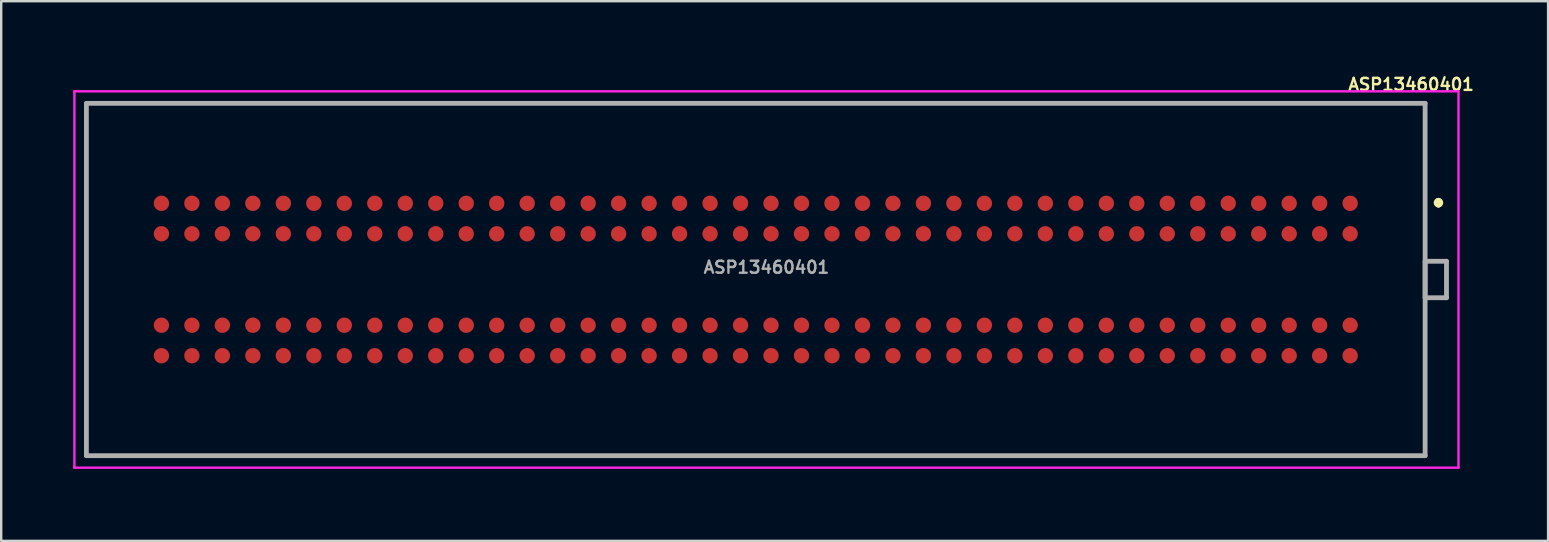
<source format=kicad_pcb>
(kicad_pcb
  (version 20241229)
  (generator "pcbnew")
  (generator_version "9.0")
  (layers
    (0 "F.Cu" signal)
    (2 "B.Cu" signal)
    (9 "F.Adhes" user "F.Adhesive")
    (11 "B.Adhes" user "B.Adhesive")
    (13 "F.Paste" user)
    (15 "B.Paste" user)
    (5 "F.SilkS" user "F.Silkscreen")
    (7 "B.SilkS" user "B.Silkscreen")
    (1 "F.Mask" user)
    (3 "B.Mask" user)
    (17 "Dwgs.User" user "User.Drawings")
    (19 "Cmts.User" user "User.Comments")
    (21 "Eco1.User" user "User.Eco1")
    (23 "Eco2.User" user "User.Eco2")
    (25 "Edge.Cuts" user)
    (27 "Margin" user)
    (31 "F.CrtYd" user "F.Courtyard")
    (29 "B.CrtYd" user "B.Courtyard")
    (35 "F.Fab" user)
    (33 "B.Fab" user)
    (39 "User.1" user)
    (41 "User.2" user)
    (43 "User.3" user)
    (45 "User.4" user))
  (footprint "ASP13460401"
    (layer "F.Cu")
    (at 28.441 8.596)
    (property "Reference" "ASP13460401" (at 27.305 -8.128 0) (layer "F.SilkS") (effects (font (size 0.5 0.5) (thickness 0.1))))
    (attr smd)
    (fp_line (start -27.891 -7.34) (end 27.889 -7.34) (stroke (width 0.1) (type solid)) (layer "F.SilkS"))
    (fp_line (start -27.891 2) (end -27.891 -7.34) (stroke (width 0.1) (type solid)) (layer "F.SilkS"))
    (fp_line (start -27.891 4) (end -27.891 7.34) (stroke (width 0.1) (type solid)) (layer "F.SilkS"))
    (fp_line (start -27.891 7.34) (end 27.889 7.34) (stroke (width 0.1) (type solid)) (layer "F.SilkS"))
    (fp_line (start 27.889 -7.34) (end 27.889 -1.5) (stroke (width 0.1) (type solid)) (layer "F.SilkS"))
    (fp_line (start 27.889 7.34) (end 27.889 1.5) (stroke (width 0.1) (type solid)) (layer "F.SilkS"))
    (fp_line (start 28.444 -3.3) (end 28.444 -3.3) (stroke (width 0.2) (type solid)) (layer "F.SilkS"))
    (fp_line (start 28.444 -3.1) (end 28.444 -3.1) (stroke (width 0.2) (type solid)) (layer "F.SilkS"))
    (fp_arc (start 28.444 -3.3) (mid 28.544 -3.2) (end 28.444 -3.1) (stroke (width 0.2) (type solid)) (layer "F.SilkS"))
    (fp_arc (start 28.444 -3.1) (mid 28.344 -3.2) (end 28.444 -3.3) (stroke (width 0.2) (type solid)) (layer "F.SilkS"))
    (fp_line (start -28.391 -7.84) (end 29.279 -7.84) (stroke (width 0.1) (type solid)) (layer "F.CrtYd"))
    (fp_line (start -28.391 7.84) (end -28.391 -7.84) (stroke (width 0.1) (type solid)) (layer "F.CrtYd"))
    (fp_line (start 29.279 -7.84) (end 29.279 7.84) (stroke (width 0.1) (type solid)) (layer "F.CrtYd"))
    (fp_line (start 29.279 7.84) (end -28.391 7.84) (stroke (width 0.1) (type solid)) (layer "F.CrtYd"))
    (fp_line (start -27.891 -7.34) (end 27.889 -7.34) (stroke (width 0.2) (type solid)) (layer "F.Fab"))
    (fp_line (start -27.891 7.34) (end -27.891 -7.34) (stroke (width 0.2) (type solid)) (layer "F.Fab"))
    (fp_line (start 27.889 -7.34) (end 27.889 7.34) (stroke (width 0.2) (type solid)) (layer "F.Fab"))
    (fp_line (start 27.889 -0.76) (end 28.779 -0.76) (stroke (width 0.2) (type solid)) (layer "F.Fab"))
    (fp_line (start 27.889 0.76) (end 27.889 -0.76) (stroke (width 0.2) (type solid)) (layer "F.Fab"))
    (fp_line (start 27.889 7.34) (end -27.891 7.34) (stroke (width 0.2) (type solid)) (layer "F.Fab"))
    (fp_line (start 28.779 -0.76) (end 28.779 0.76) (stroke (width 0.2) (type solid)) (layer "F.Fab"))
    (fp_line (start 28.779 0.76) (end 27.889 0.76) (stroke (width 0.2) (type solid)) (layer "F.Fab"))
    (fp_text user "${REFERENCE}" (at 0.444 -0.508 0) (layer "F.Fab") (effects (font (size 0.5 0.5) (thickness 0.1))))
    (pad "" np_thru_hole circle (at -27.191 3.05) (size 0.001 0.001) (drill 1.27) (layers "*.Cu" "*.Mask"))
    (pad "" smd circle (at -24.765 -3.175) (size 0.89 0.89) (layers "F.Paste"))
    (pad "" smd circle (at -24.765 -1.905) (size 0.89 0.89) (layers "F.Paste"))
    (pad "" smd circle (at -24.765 1.905) (size 0.89 0.89) (layers "F.Paste"))
    (pad "" smd circle (at -24.765 3.175) (size 0.89 0.89) (layers "F.Paste"))
    (pad "" smd circle (at -23.495 -3.175) (size 0.89 0.89) (layers "F.Paste"))
    (pad "" smd circle (at -23.495 -1.905) (size 0.89 0.89) (layers "F.Paste"))
    (pad "" smd circle (at -23.495 1.905) (size 0.89 0.89) (layers "F.Paste"))
    (pad "" smd circle (at -23.495 3.175) (size 0.89 0.89) (layers "F.Paste"))
    (pad "" smd circle (at -22.225 -3.175) (size 0.89 0.89) (layers "F.Paste"))
    (pad "" smd circle (at -22.225 -1.905) (size 0.89 0.89) (layers "F.Paste"))
    (pad "" smd circle (at -22.225 1.905) (size 0.89 0.89) (layers "F.Paste"))
    (pad "" smd circle (at -22.225 3.175) (size 0.89 0.89) (layers "F.Paste"))
    (pad "" smd circle (at -20.955 -3.175) (size 0.89 0.89) (layers "F.Paste"))
    (pad "" smd circle (at -20.955 -1.905) (size 0.89 0.89) (layers "F.Paste"))
    (pad "" smd circle (at -20.955 1.905) (size 0.89 0.89) (layers "F.Paste"))
    (pad "" smd circle (at -20.955 3.175) (size 0.89 0.89) (layers "F.Paste"))
    (pad "" smd circle (at -19.685 -3.175) (size 0.89 0.89) (layers "F.Paste"))
    (pad "" smd circle (at -19.685 -1.905) (size 0.89 0.89) (layers "F.Paste"))
    (pad "" smd circle (at -19.685 1.905) (size 0.89 0.89) (layers "F.Paste"))
    (pad "" smd circle (at -19.685 3.175) (size 0.89 0.89) (layers "F.Paste"))
    (pad "" smd circle (at -18.415 -3.175) (size 0.89 0.89) (layers "F.Paste"))
    (pad "" smd circle (at -18.415 -1.905) (size 0.89 0.89) (layers "F.Paste"))
    (pad "" smd circle (at -18.415 1.905) (size 0.89 0.89) (layers "F.Paste"))
    (pad "" smd circle (at -18.415 3.175) (size 0.89 0.89) (layers "F.Paste"))
    (pad "" smd circle (at -17.145 -3.175) (size 0.89 0.89) (layers "F.Paste"))
    (pad "" smd circle (at -17.145 -1.905) (size 0.89 0.89) (layers "F.Paste"))
    (pad "" smd circle (at -17.145 1.905) (size 0.89 0.89) (layers "F.Paste"))
    (pad "" smd circle (at -17.145 3.175) (size 0.89 0.89) (layers "F.Paste"))
    (pad "" smd circle (at -15.875 -3.175) (size 0.89 0.89) (layers "F.Paste"))
    (pad "" smd circle (at -15.875 -1.905) (size 0.89 0.89) (layers "F.Paste"))
    (pad "" smd circle (at -15.875 1.905) (size 0.89 0.89) (layers "F.Paste"))
    (pad "" smd circle (at -15.875 3.175) (size 0.89 0.89) (layers "F.Paste"))
    (pad "" smd circle (at -14.605 -3.175) (size 0.89 0.89) (layers "F.Paste"))
    (pad "" smd circle (at -14.605 -1.905) (size 0.89 0.89) (layers "F.Paste"))
    (pad "" smd circle (at -14.605 1.905) (size 0.89 0.89) (layers "F.Paste"))
    (pad "" smd circle (at -14.605 3.175) (size 0.89 0.89) (layers "F.Paste"))
    (pad "" smd circle (at -13.335 -3.175) (size 0.89 0.89) (layers "F.Paste"))
    (pad "" smd circle (at -13.335 -1.905) (size 0.89 0.89) (layers "F.Paste"))
    (pad "" smd circle (at -13.335 1.905) (size 0.89 0.89) (layers "F.Paste"))
    (pad "" smd circle (at -13.335 3.175) (size 0.89 0.89) (layers "F.Paste"))
    (pad "" smd circle (at -12.065 -3.175) (size 0.89 0.89) (layers "F.Paste"))
    (pad "" smd circle (at -12.065 -1.905) (size 0.89 0.89) (layers "F.Paste"))
    (pad "" smd circle (at -12.065 1.905) (size 0.89 0.89) (layers "F.Paste"))
    (pad "" smd circle (at -12.065 3.175) (size 0.89 0.89) (layers "F.Paste"))
    (pad "" smd circle (at -10.795 -3.175) (size 0.89 0.89) (layers "F.Paste"))
    (pad "" smd circle (at -10.795 -1.905) (size 0.89 0.89) (layers "F.Paste"))
    (pad "" smd circle (at -10.795 1.905) (size 0.89 0.89) (layers "F.Paste"))
    (pad "" smd circle (at -10.795 3.175) (size 0.89 0.89) (layers "F.Paste"))
    (pad "" smd circle (at -9.525 -3.175) (size 0.89 0.89) (layers "F.Paste"))
    (pad "" smd circle (at -9.525 -1.905) (size 0.89 0.89) (layers "F.Paste"))
    (pad "" smd circle (at -9.525 1.905) (size 0.89 0.89) (layers "F.Paste"))
    (pad "" smd circle (at -9.525 3.175) (size 0.89 0.89) (layers "F.Paste"))
    (pad "" smd circle (at -8.255 -3.175) (size 0.89 0.89) (layers "F.Paste"))
    (pad "" smd circle (at -8.255 -1.905) (size 0.89 0.89) (layers "F.Paste"))
    (pad "" smd circle (at -8.255 1.905) (size 0.89 0.89) (layers "F.Paste"))
    (pad "" smd circle (at -8.255 3.175) (size 0.89 0.89) (layers "F.Paste"))
    (pad "" smd circle (at -6.985 -3.175) (size 0.89 0.89) (layers "F.Paste"))
    (pad "" smd circle (at -6.985 -1.905) (size 0.89 0.89) (layers "F.Paste"))
    (pad "" smd circle (at -6.985 1.905) (size 0.89 0.89) (layers "F.Paste"))
    (pad "" smd circle (at -6.985 3.175) (size 0.89 0.89) (layers "F.Paste"))
    (pad "" smd circle (at -5.715 -3.175) (size 0.89 0.89) (layers "F.Paste"))
    (pad "" smd circle (at -5.715 -1.905) (size 0.89 0.89) (layers "F.Paste"))
    (pad "" smd circle (at -5.715 1.905) (size 0.89 0.89) (layers "F.Paste"))
    (pad "" smd circle (at -5.715 3.175) (size 0.89 0.89) (layers "F.Paste"))
    (pad "" smd circle (at -4.445 -3.175) (size 0.89 0.89) (layers "F.Paste"))
    (pad "" smd circle (at -4.445 -1.905) (size 0.89 0.89) (layers "F.Paste"))
    (pad "" smd circle (at -4.445 1.905) (size 0.89 0.89) (layers "F.Paste"))
    (pad "" smd circle (at -4.445 3.175) (size 0.89 0.89) (layers "F.Paste"))
    (pad "" smd circle (at -3.175 -3.175) (size 0.89 0.89) (layers "F.Paste"))
    (pad "" smd circle (at -3.175 -1.905) (size 0.89 0.89) (layers "F.Paste"))
    (pad "" smd circle (at -3.175 1.905) (size 0.89 0.89) (layers "F.Paste"))
    (pad "" smd circle (at -3.175 3.175) (size 0.89 0.89) (layers "F.Paste"))
    (pad "" smd circle (at -1.905 -3.175) (size 0.89 0.89) (layers "F.Paste"))
    (pad "" smd circle (at -1.905 -1.905) (size 0.89 0.89) (layers "F.Paste"))
    (pad "" smd circle (at -1.905 1.905) (size 0.89 0.89) (layers "F.Paste"))
    (pad "" smd circle (at -1.905 3.175) (size 0.89 0.89) (layers "F.Paste"))
    (pad "" smd circle (at -0.635 -3.175) (size 0.89 0.89) (layers "F.Paste"))
    (pad "" smd circle (at -0.635 -1.905) (size 0.89 0.89) (layers "F.Paste"))
    (pad "" smd circle (at -0.635 1.905) (size 0.89 0.89) (layers "F.Paste"))
    (pad "" smd circle (at -0.635 3.175) (size 0.89 0.89) (layers "F.Paste"))
    (pad "" smd circle (at 0.635 -3.175) (size 0.89 0.89) (layers "F.Paste"))
    (pad "" smd circle (at 0.635 -1.905) (size 0.89 0.89) (layers "F.Paste"))
    (pad "" smd circle (at 0.635 1.905) (size 0.89 0.89) (layers "F.Paste"))
    (pad "" smd circle (at 0.635 3.175) (size 0.89 0.89) (layers "F.Paste"))
    (pad "" smd circle (at 1.905 -3.175) (size 0.89 0.89) (layers "F.Paste"))
    (pad "" smd circle (at 1.905 -1.905) (size 0.89 0.89) (layers "F.Paste"))
    (pad "" smd circle (at 1.905 1.905) (size 0.89 0.89) (layers "F.Paste"))
    (pad "" smd circle (at 1.905 3.175) (size 0.89 0.89) (layers "F.Paste"))
    (pad "" smd circle (at 3.175 -3.175) (size 0.89 0.89) (layers "F.Paste"))
    (pad "" smd circle (at 3.175 -1.905) (size 0.89 0.89) (layers "F.Paste"))
    (pad "" smd circle (at 3.175 1.905) (size 0.89 0.89) (layers "F.Paste"))
    (pad "" smd circle (at 3.175 3.175) (size 0.89 0.89) (layers "F.Paste"))
    (pad "" smd circle (at 4.445 -3.175) (size 0.89 0.89) (layers "F.Paste"))
    (pad "" smd circle (at 4.445 -1.905) (size 0.89 0.89) (layers "F.Paste"))
    (pad "" smd circle (at 4.445 1.905) (size 0.89 0.89) (layers "F.Paste"))
    (pad "" smd circle (at 4.445 3.175) (size 0.89 0.89) (layers "F.Paste"))
    (pad "" smd circle (at 5.715 -3.175) (size 0.89 0.89) (layers "F.Paste"))
    (pad "" smd circle (at 5.715 -1.905) (size 0.89 0.89) (layers "F.Paste"))
    (pad "" smd circle (at 5.715 1.905) (size 0.89 0.89) (layers "F.Paste"))
    (pad "" smd circle (at 5.715 3.175) (size 0.89 0.89) (layers "F.Paste"))
    (pad "" smd circle (at 6.985 -3.175) (size 0.89 0.89) (layers "F.Paste"))
    (pad "" smd circle (at 6.985 -1.905) (size 0.89 0.89) (layers "F.Paste"))
    (pad "" smd circle (at 6.985 1.905) (size 0.89 0.89) (layers "F.Paste"))
    (pad "" smd circle (at 6.985 3.175) (size 0.89 0.89) (layers "F.Paste"))
    (pad "" smd circle (at 8.255 -3.175) (size 0.89 0.89) (layers "F.Paste"))
    (pad "" smd circle (at 8.255 -1.905) (size 0.89 0.89) (layers "F.Paste"))
    (pad "" smd circle (at 8.255 1.905) (size 0.89 0.89) (layers "F.Paste"))
    (pad "" smd circle (at 8.255 3.175) (size 0.89 0.89) (layers "F.Paste"))
    (pad "" smd circle (at 9.525 -3.175) (size 0.89 0.89) (layers "F.Paste"))
    (pad "" smd circle (at 9.525 -1.905) (size 0.89 0.89) (layers "F.Paste"))
    (pad "" smd circle (at 9.525 1.905) (size 0.89 0.89) (layers "F.Paste"))
    (pad "" smd circle (at 9.525 3.175) (size 0.89 0.89) (layers "F.Paste"))
    (pad "" smd circle (at 10.795 -3.175) (size 0.89 0.89) (layers "F.Paste"))
    (pad "" smd circle (at 10.795 -1.905) (size 0.89 0.89) (layers "F.Paste"))
    (pad "" smd circle (at 10.795 1.905) (size 0.89 0.89) (layers "F.Paste"))
    (pad "" smd circle (at 10.795 3.175) (size 0.89 0.89) (layers "F.Paste"))
    (pad "" smd circle (at 12.065 -3.175) (size 0.89 0.89) (layers "F.Paste"))
    (pad "" smd circle (at 12.065 -1.905) (size 0.89 0.89) (layers "F.Paste"))
    (pad "" smd circle (at 12.065 1.905) (size 0.89 0.89) (layers "F.Paste"))
    (pad "" smd circle (at 12.065 3.175) (size 0.89 0.89) (layers "F.Paste"))
    (pad "" smd circle (at 13.335 -3.175) (size 0.89 0.89) (layers "F.Paste"))
    (pad "" smd circle (at 13.335 -1.905) (size 0.89 0.89) (layers "F.Paste"))
    (pad "" smd circle (at 13.335 1.905) (size 0.89 0.89) (layers "F.Paste"))
    (pad "" smd circle (at 13.335 3.175) (size 0.89 0.89) (layers "F.Paste"))
    (pad "" smd circle (at 14.605 -3.175) (size 0.89 0.89) (layers "F.Paste"))
    (pad "" smd circle (at 14.605 -1.905) (size 0.89 0.89) (layers "F.Paste"))
    (pad "" smd circle (at 14.605 1.905) (size 0.89 0.89) (layers "F.Paste"))
    (pad "" smd circle (at 14.605 3.175) (size 0.89 0.89) (layers "F.Paste"))
    (pad "" smd circle (at 15.875 -3.175) (size 0.89 0.89) (layers "F.Paste"))
    (pad "" smd circle (at 15.875 -1.905) (size 0.89 0.89) (layers "F.Paste"))
    (pad "" smd circle (at 15.875 1.905) (size 0.89 0.89) (layers "F.Paste"))
    (pad "" smd circle (at 15.875 3.175) (size 0.89 0.89) (layers "F.Paste"))
    (pad "" smd circle (at 17.145 -3.175) (size 0.89 0.89) (layers "F.Paste"))
    (pad "" smd circle (at 17.145 -1.905) (size 0.89 0.89) (layers "F.Paste"))
    (pad "" smd circle (at 17.145 1.905) (size 0.89 0.89) (layers "F.Paste"))
    (pad "" smd circle (at 17.145 3.175) (size 0.89 0.89) (layers "F.Paste"))
    (pad "" smd circle (at 18.415 -3.175) (size 0.89 0.89) (layers "F.Paste"))
    (pad "" smd circle (at 18.415 -1.905) (size 0.89 0.89) (layers "F.Paste"))
    (pad "" smd circle (at 18.415 1.905) (size 0.89 0.89) (layers "F.Paste"))
    (pad "" smd circle (at 18.415 3.175) (size 0.89 0.89) (layers "F.Paste"))
    (pad "" smd circle (at 19.685 -3.175) (size 0.89 0.89) (layers "F.Paste"))
    (pad "" smd circle (at 19.685 -1.905) (size 0.89 0.89) (layers "F.Paste"))
    (pad "" smd circle (at 19.685 1.905) (size 0.89 0.89) (layers "F.Paste"))
    (pad "" smd circle (at 19.685 3.175) (size 0.89 0.89) (layers "F.Paste"))
    (pad "" smd circle (at 20.955 -3.175) (size 0.89 0.89) (layers "F.Paste"))
    (pad "" smd circle (at 20.955 -1.905) (size 0.89 0.89) (layers "F.Paste"))
    (pad "" smd circle (at 20.955 1.905) (size 0.89 0.89) (layers "F.Paste"))
    (pad "" smd circle (at 20.955 3.175) (size 0.89 0.89) (layers "F.Paste"))
    (pad "" smd circle (at 22.225 -3.175) (size 0.89 0.89) (layers "F.Paste"))
    (pad "" smd circle (at 22.225 -1.905) (size 0.89 0.89) (layers "F.Paste"))
    (pad "" smd circle (at 22.225 1.905) (size 0.89 0.89) (layers "F.Paste"))
    (pad "" smd circle (at 22.225 3.175) (size 0.89 0.89) (layers "F.Paste"))
    (pad "" smd circle (at 23.495 -3.175) (size 0.89 0.89) (layers "F.Paste"))
    (pad "" smd circle (at 23.495 -1.905) (size 0.89 0.89) (layers "F.Paste"))
    (pad "" smd circle (at 23.495 1.905) (size 0.89 0.89) (layers "F.Paste"))
    (pad "" smd circle (at 23.495 3.175) (size 0.89 0.89) (layers "F.Paste"))
    (pad "" smd circle (at 24.765 -3.175) (size 0.89 0.89) (layers "F.Paste"))
    (pad "" smd circle (at 24.765 -1.905) (size 0.89 0.89) (layers "F.Paste"))
    (pad "" smd circle (at 24.765 1.905) (size 0.89 0.89) (layers "F.Paste"))
    (pad "" smd circle (at 24.765 3.175) (size 0.89 0.89) (layers "F.Paste"))
    (pad "" np_thru_hole circle (at 27.189 0) (size 0.001 0.001) (drill 1.27) (layers "*.Cu" "*.Mask"))
    (pad "C1" smd circle (at 24.765 -3.175 90) (size 0.64 0.64) (layers "F.Cu" "F.Mask" "F.Paste"))
    (pad "C2" smd circle (at 23.495 -3.175 90) (size 0.64 0.64) (layers "F.Cu" "F.Mask" "F.Paste"))
    (pad "C3" smd circle (at 22.225 -3.175 90) (size 0.64 0.64) (layers "F.Cu" "F.Mask" "F.Paste"))
    (pad "C4" smd circle (at 20.955 -3.175 90) (size 0.64 0.64) (layers "F.Cu" "F.Mask" "F.Paste"))
    (pad "C5" smd circle (at 19.685 -3.175 90) (size 0.64 0.64) (layers "F.Cu" "F.Mask" "F.Paste"))
    (pad "C6" smd circle (at 18.415 -3.175 90) (size 0.64 0.64) (layers "F.Cu" "F.Mask" "F.Paste"))
    (pad "C7" smd circle (at 17.145 -3.175 90) (size 0.64 0.64) (layers "F.Cu" "F.Mask" "F.Paste"))
    (pad "C8" smd circle (at 15.875 -3.175 90) (size 0.64 0.64) (layers "F.Cu" "F.Mask" "F.Paste"))
    (pad "C9" smd circle (at 14.605 -3.175 90) (size 0.64 0.64) (layers "F.Cu" "F.Mask" "F.Paste"))
    (pad "C10" smd circle (at 13.335 -3.175 90) (size 0.64 0.64) (layers "F.Cu" "F.Mask" "F.Paste"))
    (pad "C11" smd circle (at 12.065 -3.175 90) (size 0.64 0.64) (layers "F.Cu" "F.Mask" "F.Paste"))
    (pad "C12" smd circle (at 10.795 -3.175 90) (size 0.64 0.64) (layers "F.Cu" "F.Mask" "F.Paste"))
    (pad "C13" smd circle (at 9.525 -3.175 90) (size 0.64 0.64) (layers "F.Cu" "F.Mask" "F.Paste"))
    (pad "C14" smd circle (at 8.255 -3.175 90) (size 0.64 0.64) (layers "F.Cu" "F.Mask" "F.Paste"))
    (pad "C15" smd circle (at 6.985 -3.175 90) (size 0.64 0.64) (layers "F.Cu" "F.Mask" "F.Paste"))
    (pad "C16" smd circle (at 5.715 -3.175 90) (size 0.64 0.64) (layers "F.Cu" "F.Mask" "F.Paste"))
    (pad "C17" smd circle (at 4.445 -3.175 90) (size 0.64 0.64) (layers "F.Cu" "F.Mask" "F.Paste"))
    (pad "C18" smd circle (at 3.175 -3.175 90) (size 0.64 0.64) (layers "F.Cu" "F.Mask" "F.Paste"))
    (pad "C19" smd circle (at 1.905 -3.175 90) (size 0.64 0.64) (layers "F.Cu" "F.Mask" "F.Paste"))
    (pad "C20" smd circle (at 0.635 -3.175 90) (size 0.64 0.64) (layers "F.Cu" "F.Mask" "F.Paste"))
    (pad "C21" smd circle (at -0.635 -3.175 90) (size 0.64 0.64) (layers "F.Cu" "F.Mask" "F.Paste"))
    (pad "C22" smd circle (at -1.905 -3.175 90) (size 0.64 0.64) (layers "F.Cu" "F.Mask" "F.Paste"))
    (pad "C23" smd circle (at -3.175 -3.175 90) (size 0.64 0.64) (layers "F.Cu" "F.Mask" "F.Paste"))
    (pad "C24" smd circle (at -4.445 -3.175 90) (size 0.64 0.64) (layers "F.Cu" "F.Mask" "F.Paste"))
    (pad "C25" smd circle (at -5.715 -3.175 90) (size 0.64 0.64) (layers "F.Cu" "F.Mask" "F.Paste"))
    (pad "C26" smd circle (at -6.985 -3.175 90) (size 0.64 0.64) (layers "F.Cu" "F.Mask" "F.Paste"))
    (pad "C27" smd circle (at -8.255 -3.175 90) (size 0.64 0.64) (layers "F.Cu" "F.Mask" "F.Paste"))
    (pad "C28" smd circle (at -9.525 -3.175 90) (size 0.64 0.64) (layers "F.Cu" "F.Mask" "F.Paste"))
    (pad "C29" smd circle (at -10.795 -3.175 90) (size 0.64 0.64) (layers "F.Cu" "F.Mask" "F.Paste"))
    (pad "C30" smd circle (at -12.065 -3.175 90) (size 0.64 0.64) (layers "F.Cu" "F.Mask" "F.Paste"))
    (pad "C31" smd circle (at -13.335 -3.175 90) (size 0.64 0.64) (layers "F.Cu" "F.Mask" "F.Paste"))
    (pad "C32" smd circle (at -14.605 -3.175 90) (size 0.64 0.64) (layers "F.Cu" "F.Mask" "F.Paste"))
    (pad "C33" smd circle (at -15.875 -3.175 90) (size 0.64 0.64) (layers "F.Cu" "F.Mask" "F.Paste"))
    (pad "C34" smd circle (at -17.145 -3.175 90) (size 0.64 0.64) (layers "F.Cu" "F.Mask" "F.Paste"))
    (pad "C35" smd circle (at -18.415 -3.175 90) (size 0.64 0.64) (layers "F.Cu" "F.Mask" "F.Paste"))
    (pad "C36" smd circle (at -19.685 -3.175 90) (size 0.64 0.64) (layers "F.Cu" "F.Mask" "F.Paste"))
    (pad "C37" smd circle (at -20.955 -3.175 90) (size 0.64 0.64) (layers "F.Cu" "F.Mask" "F.Paste"))
    (pad "C38" smd circle (at -22.225 -3.175 90) (size 0.64 0.64) (layers "F.Cu" "F.Mask" "F.Paste"))
    (pad "C39" smd circle (at -23.495 -3.175 90) (size 0.64 0.64) (layers "F.Cu" "F.Mask" "F.Paste"))
    (pad "C40" smd circle (at -24.765 -3.175 90) (size 0.64 0.64) (layers "F.Cu" "F.Mask" "F.Paste"))
    (pad "D1" smd circle (at 24.765 -1.905 90) (size 0.64 0.64) (layers "F.Cu" "F.Mask" "F.Paste"))
    (pad "D2" smd circle (at 23.495 -1.905 90) (size 0.64 0.64) (layers "F.Cu" "F.Mask" "F.Paste"))
    (pad "D3" smd circle (at 22.225 -1.905 90) (size 0.64 0.64) (layers "F.Cu" "F.Mask" "F.Paste"))
    (pad "D4" smd circle (at 20.955 -1.905 90) (size 0.64 0.64) (layers "F.Cu" "F.Mask" "F.Paste"))
    (pad "D5" smd circle (at 19.685 -1.905 90) (size 0.64 0.64) (layers "F.Cu" "F.Mask" "F.Paste"))
    (pad "D6" smd circle (at 18.415 -1.905 90) (size 0.64 0.64) (layers "F.Cu" "F.Mask" "F.Paste"))
    (pad "D7" smd circle (at 17.145 -1.905 90) (size 0.64 0.64) (layers "F.Cu" "F.Mask" "F.Paste"))
    (pad "D8" smd circle (at 15.875 -1.905 90) (size 0.64 0.64) (layers "F.Cu" "F.Mask" "F.Paste"))
    (pad "D9" smd circle (at 14.605 -1.905 90) (size 0.64 0.64) (layers "F.Cu" "F.Mask" "F.Paste"))
    (pad "D10" smd circle (at 13.335 -1.905 90) (size 0.64 0.64) (layers "F.Cu" "F.Mask" "F.Paste"))
    (pad "D11" smd circle (at 12.065 -1.905 90) (size 0.64 0.64) (layers "F.Cu" "F.Mask" "F.Paste"))
    (pad "D12" smd circle (at 10.795 -1.905 90) (size 0.64 0.64) (layers "F.Cu" "F.Mask" "F.Paste"))
    (pad "D13" smd circle (at 9.525 -1.905 90) (size 0.64 0.64) (layers "F.Cu" "F.Mask" "F.Paste"))
    (pad "D14" smd circle (at 8.255 -1.905 90) (size 0.64 0.64) (layers "F.Cu" "F.Mask" "F.Paste"))
    (pad "D15" smd circle (at 6.985 -1.905 90) (size 0.64 0.64) (layers "F.Cu" "F.Mask" "F.Paste"))
    (pad "D16" smd circle (at 5.715 -1.905 90) (size 0.64 0.64) (layers "F.Cu" "F.Mask" "F.Paste"))
    (pad "D17" smd circle (at 4.445 -1.905 90) (size 0.64 0.64) (layers "F.Cu" "F.Mask" "F.Paste"))
    (pad "D18" smd circle (at 3.175 -1.905 90) (size 0.64 0.64) (layers "F.Cu" "F.Mask" "F.Paste"))
    (pad "D19" smd circle (at 1.905 -1.905 90) (size 0.64 0.64) (layers "F.Cu" "F.Mask" "F.Paste"))
    (pad "D20" smd circle (at 0.635 -1.905 90) (size 0.64 0.64) (layers "F.Cu" "F.Mask" "F.Paste"))
    (pad "D21" smd circle (at -0.635 -1.905 90) (size 0.64 0.64) (layers "F.Cu" "F.Mask" "F.Paste"))
    (pad "D22" smd circle (at -1.905 -1.905 90) (size 0.64 0.64) (layers "F.Cu" "F.Mask" "F.Paste"))
    (pad "D23" smd circle (at -3.175 -1.905 90) (size 0.64 0.64) (layers "F.Cu" "F.Mask" "F.Paste"))
    (pad "D24" smd circle (at -4.445 -1.905 90) (size 0.64 0.64) (layers "F.Cu" "F.Mask" "F.Paste"))
    (pad "D25" smd circle (at -5.715 -1.905 90) (size 0.64 0.64) (layers "F.Cu" "F.Mask" "F.Paste"))
    (pad "D26" smd circle (at -6.985 -1.905 90) (size 0.64 0.64) (layers "F.Cu" "F.Mask" "F.Paste"))
    (pad "D27" smd circle (at -8.255 -1.905 90) (size 0.64 0.64) (layers "F.Cu" "F.Mask" "F.Paste"))
    (pad "D28" smd circle (at -9.525 -1.905 90) (size 0.64 0.64) (layers "F.Cu" "F.Mask" "F.Paste"))
    (pad "D29" smd circle (at -10.795 -1.905 90) (size 0.64 0.64) (layers "F.Cu" "F.Mask" "F.Paste"))
    (pad "D30" smd circle (at -12.065 -1.905 90) (size 0.64 0.64) (layers "F.Cu" "F.Mask" "F.Paste"))
    (pad "D31" smd circle (at -13.335 -1.905 90) (size 0.64 0.64) (layers "F.Cu" "F.Mask" "F.Paste"))
    (pad "D32" smd circle (at -14.605 -1.905 90) (size 0.64 0.64) (layers "F.Cu" "F.Mask" "F.Paste"))
    (pad "D33" smd circle (at -15.875 -1.905 90) (size 0.64 0.64) (layers "F.Cu" "F.Mask" "F.Paste"))
    (pad "D34" smd circle (at -17.145 -1.905 90) (size 0.64 0.64) (layers "F.Cu" "F.Mask" "F.Paste"))
    (pad "D35" smd circle (at -18.415 -1.905 90) (size 0.64 0.64) (layers "F.Cu" "F.Mask" "F.Paste"))
    (pad "D36" smd circle (at -19.685 -1.905 90) (size 0.64 0.64) (layers "F.Cu" "F.Mask" "F.Paste"))
    (pad "D37" smd circle (at -20.955 -1.905 90) (size 0.64 0.64) (layers "F.Cu" "F.Mask" "F.Paste"))
    (pad "D38" smd circle (at -22.225 -1.905 90) (size 0.64 0.64) (layers "F.Cu" "F.Mask" "F.Paste"))
    (pad "D39" smd circle (at -23.495 -1.905 90) (size 0.64 0.64) (layers "F.Cu" "F.Mask" "F.Paste"))
    (pad "D40" smd circle (at -24.765 -1.905 90) (size 0.64 0.64) (layers "F.Cu" "F.Mask" "F.Paste"))
    (pad "G1" smd circle (at 24.765 1.905 90) (size 0.64 0.64) (layers "F.Cu" "F.Mask" "F.Paste"))
    (pad "G2" smd circle (at 23.495 1.905 90) (size 0.64 0.64) (layers "F.Cu" "F.Mask" "F.Paste"))
    (pad "G3" smd circle (at 22.225 1.905 90) (size 0.64 0.64) (layers "F.Cu" "F.Mask" "F.Paste"))
    (pad "G4" smd circle (at 20.955 1.905 90) (size 0.64 0.64) (layers "F.Cu" "F.Mask" "F.Paste"))
    (pad "G5" smd circle (at 19.685 1.905 90) (size 0.64 0.64) (layers "F.Cu" "F.Mask" "F.Paste"))
    (pad "G6" smd circle (at 18.415 1.905 90) (size 0.64 0.64) (layers "F.Cu" "F.Mask" "F.Paste"))
    (pad "G7" smd circle (at 17.145 1.905 90) (size 0.64 0.64) (layers "F.Cu" "F.Mask" "F.Paste"))
    (pad "G8" smd circle (at 15.875 1.905 90) (size 0.64 0.64) (layers "F.Cu" "F.Mask" "F.Paste"))
    (pad "G9" smd circle (at 14.605 1.905 90) (size 0.64 0.64) (layers "F.Cu" "F.Mask" "F.Paste"))
    (pad "G10" smd circle (at 13.335 1.905 90) (size 0.64 0.64) (layers "F.Cu" "F.Mask" "F.Paste"))
    (pad "G11" smd circle (at 12.065 1.905 90) (size 0.64 0.64) (layers "F.Cu" "F.Mask" "F.Paste"))
    (pad "G12" smd circle (at 10.795 1.905 90) (size 0.64 0.64) (layers "F.Cu" "F.Mask" "F.Paste"))
    (pad "G13" smd circle (at 9.525 1.905 90) (size 0.64 0.64) (layers "F.Cu" "F.Mask" "F.Paste"))
    (pad "G14" smd circle (at 8.255 1.905 90) (size 0.64 0.64) (layers "F.Cu" "F.Mask" "F.Paste"))
    (pad "G15" smd circle (at 6.985 1.905 90) (size 0.64 0.64) (layers "F.Cu" "F.Mask" "F.Paste"))
    (pad "G16" smd circle (at 5.715 1.905 90) (size 0.64 0.64) (layers "F.Cu" "F.Mask" "F.Paste"))
    (pad "G17" smd circle (at 4.445 1.905 90) (size 0.64 0.64) (layers "F.Cu" "F.Mask" "F.Paste"))
    (pad "G18" smd circle (at 3.175 1.905 90) (size 0.64 0.64) (layers "F.Cu" "F.Mask" "F.Paste"))
    (pad "G19" smd circle (at 1.905 1.905 90) (size 0.64 0.64) (layers "F.Cu" "F.Mask" "F.Paste"))
    (pad "G20" smd circle (at 0.635 1.905 90) (size 0.64 0.64) (layers "F.Cu" "F.Mask" "F.Paste"))
    (pad "G21" smd circle (at -0.635 1.905 90) (size 0.64 0.64) (layers "F.Cu" "F.Mask" "F.Paste"))
    (pad "G22" smd circle (at -1.905 1.905 90) (size 0.64 0.64) (layers "F.Cu" "F.Mask" "F.Paste"))
    (pad "G23" smd circle (at -3.175 1.905 90) (size 0.64 0.64) (layers "F.Cu" "F.Mask" "F.Paste"))
    (pad "G24" smd circle (at -4.445 1.905 90) (size 0.64 0.64) (layers "F.Cu" "F.Mask" "F.Paste"))
    (pad "G25" smd circle (at -5.715 1.905 90) (size 0.64 0.64) (layers "F.Cu" "F.Mask" "F.Paste"))
    (pad "G26" smd circle (at -6.985 1.905 90) (size 0.64 0.64) (layers "F.Cu" "F.Mask" "F.Paste"))
    (pad "G27" smd circle (at -8.255 1.905 90) (size 0.64 0.64) (layers "F.Cu" "F.Mask" "F.Paste"))
    (pad "G28" smd circle (at -9.525 1.905 90) (size 0.64 0.64) (layers "F.Cu" "F.Mask" "F.Paste"))
    (pad "G29" smd circle (at -10.795 1.905 90) (size 0.64 0.64) (layers "F.Cu" "F.Mask" "F.Paste"))
    (pad "G30" smd circle (at -12.065 1.905 90) (size 0.64 0.64) (layers "F.Cu" "F.Mask" "F.Paste"))
    (pad "G31" smd circle (at -13.335 1.905 90) (size 0.64 0.64) (layers "F.Cu" "F.Mask" "F.Paste"))
    (pad "G32" smd circle (at -14.605 1.905 90) (size 0.64 0.64) (layers "F.Cu" "F.Mask" "F.Paste"))
    (pad "G33" smd circle (at -15.875 1.905 90) (size 0.64 0.64) (layers "F.Cu" "F.Mask" "F.Paste"))
    (pad "G34" smd circle (at -17.145 1.905 90) (size 0.64 0.64) (layers "F.Cu" "F.Mask" "F.Paste"))
    (pad "G35" smd circle (at -18.415 1.905 90) (size 0.64 0.64) (layers "F.Cu" "F.Mask" "F.Paste"))
    (pad "G36" smd circle (at -19.685 1.905 90) (size 0.64 0.64) (layers "F.Cu" "F.Mask" "F.Paste"))
    (pad "G37" smd circle (at -20.955 1.905 90) (size 0.64 0.64) (layers "F.Cu" "F.Mask" "F.Paste"))
    (pad "G38" smd circle (at -22.225 1.905 90) (size 0.64 0.64) (layers "F.Cu" "F.Mask" "F.Paste"))
    (pad "G39" smd circle (at -23.495 1.905 90) (size 0.64 0.64) (layers "F.Cu" "F.Mask" "F.Paste"))
    (pad "G40" smd circle (at -24.765 1.905 90) (size 0.64 0.64) (layers "F.Cu" "F.Mask" "F.Paste"))
    (pad "H1" smd circle (at 24.765 3.175 90) (size 0.64 0.64) (layers "F.Cu" "F.Mask" "F.Paste"))
    (pad "H2" smd circle (at 23.495 3.175 90) (size 0.64 0.64) (layers "F.Cu" "F.Mask" "F.Paste"))
    (pad "H3" smd circle (at 22.225 3.175 90) (size 0.64 0.64) (layers "F.Cu" "F.Mask" "F.Paste"))
    (pad "H4" smd circle (at 20.955 3.175 90) (size 0.64 0.64) (layers "F.Cu" "F.Mask" "F.Paste"))
    (pad "H5" smd circle (at 19.685 3.175 90) (size 0.64 0.64) (layers "F.Cu" "F.Mask" "F.Paste"))
    (pad "H6" smd circle (at 18.415 3.175 90) (size 0.64 0.64) (layers "F.Cu" "F.Mask" "F.Paste"))
    (pad "H7" smd circle (at 17.145 3.175 90) (size 0.64 0.64) (layers "F.Cu" "F.Mask" "F.Paste"))
    (pad "H8" smd circle (at 15.875 3.175 90) (size 0.64 0.64) (layers "F.Cu" "F.Mask" "F.Paste"))
    (pad "H9" smd circle (at 14.605 3.175 90) (size 0.64 0.64) (layers "F.Cu" "F.Mask" "F.Paste"))
    (pad "H10" smd circle (at 13.335 3.175 90) (size 0.64 0.64) (layers "F.Cu" "F.Mask" "F.Paste"))
    (pad "H11" smd circle (at 12.065 3.175 90) (size 0.64 0.64) (layers "F.Cu" "F.Mask" "F.Paste"))
    (pad "H12" smd circle (at 10.795 3.175 90) (size 0.64 0.64) (layers "F.Cu" "F.Mask" "F.Paste"))
    (pad "H13" smd circle (at 9.525 3.175 90) (size 0.64 0.64) (layers "F.Cu" "F.Mask" "F.Paste"))
    (pad "H14" smd circle (at 8.255 3.175 90) (size 0.64 0.64) (layers "F.Cu" "F.Mask" "F.Paste"))
    (pad "H15" smd circle (at 6.985 3.175 90) (size 0.64 0.64) (layers "F.Cu" "F.Mask" "F.Paste"))
    (pad "H16" smd circle (at 5.715 3.175 90) (size 0.64 0.64) (layers "F.Cu" "F.Mask" "F.Paste"))
    (pad "H17" smd circle (at 4.445 3.175 90) (size 0.64 0.64) (layers "F.Cu" "F.Mask" "F.Paste"))
    (pad "H18" smd circle (at 3.175 3.175 90) (size 0.64 0.64) (layers "F.Cu" "F.Mask" "F.Paste"))
    (pad "H19" smd circle (at 1.905 3.175 90) (size 0.64 0.64) (layers "F.Cu" "F.Mask" "F.Paste"))
    (pad "H20" smd circle (at 0.635 3.175 90) (size 0.64 0.64) (layers "F.Cu" "F.Mask" "F.Paste"))
    (pad "H21" smd circle (at -0.635 3.175 90) (size 0.64 0.64) (layers "F.Cu" "F.Mask" "F.Paste"))
    (pad "H22" smd circle (at -1.905 3.175 90) (size 0.64 0.64) (layers "F.Cu" "F.Mask" "F.Paste"))
    (pad "H23" smd circle (at -3.175 3.175 90) (size 0.64 0.64) (layers "F.Cu" "F.Mask" "F.Paste"))
    (pad "H24" smd circle (at -4.445 3.175 90) (size 0.64 0.64) (layers "F.Cu" "F.Mask" "F.Paste"))
    (pad "H25" smd circle (at -5.715 3.175 90) (size 0.64 0.64) (layers "F.Cu" "F.Mask" "F.Paste"))
    (pad "H26" smd circle (at -6.985 3.175 90) (size 0.64 0.64) (layers "F.Cu" "F.Mask" "F.Paste"))
    (pad "H27" smd circle (at -8.255 3.175 90) (size 0.64 0.64) (layers "F.Cu" "F.Mask" "F.Paste"))
    (pad "H28" smd circle (at -9.525 3.175 90) (size 0.64 0.64) (layers "F.Cu" "F.Mask" "F.Paste"))
    (pad "H29" smd circle (at -10.795 3.175 90) (size 0.64 0.64) (layers "F.Cu" "F.Mask" "F.Paste"))
    (pad "H30" smd circle (at -12.065 3.175 90) (size 0.64 0.64) (layers "F.Cu" "F.Mask" "F.Paste"))
    (pad "H31" smd circle (at -13.335 3.175 90) (size 0.64 0.64) (layers "F.Cu" "F.Mask" "F.Paste"))
    (pad "H32" smd circle (at -14.605 3.175 90) (size 0.64 0.64) (layers "F.Cu" "F.Mask" "F.Paste"))
    (pad "H33" smd circle (at -15.875 3.175 90) (size 0.64 0.64) (layers "F.Cu" "F.Mask" "F.Paste"))
    (pad "H34" smd circle (at -17.145 3.175 90) (size 0.64 0.64) (layers "F.Cu" "F.Mask" "F.Paste"))
    (pad "H35" smd circle (at -18.415 3.175 90) (size 0.64 0.64) (layers "F.Cu" "F.Mask" "F.Paste"))
    (pad "H36" smd circle (at -19.685 3.175 90) (size 0.64 0.64) (layers "F.Cu" "F.Mask" "F.Paste"))
    (pad "H37" smd circle (at -20.955 3.175 90) (size 0.64 0.64) (layers "F.Cu" "F.Mask" "F.Paste"))
    (pad "H38" smd circle (at -22.225 3.175 90) (size 0.64 0.64) (layers "F.Cu" "F.Mask" "F.Paste"))
    (pad "H39" smd circle (at -23.495 3.175 90) (size 0.64 0.64) (layers "F.Cu" "F.Mask" "F.Paste"))
    (pad "H40" smd circle (at -24.765 3.175 90) (size 0.64 0.64) (layers "F.Cu" "F.Mask" "F.Paste")))
  (gr_rect
    (start -3 -3)
    (end 61.453 19.486)
    (stroke (width 0.1) (type default))
    (fill no)
    (layer "Edge.Cuts")))
</source>
